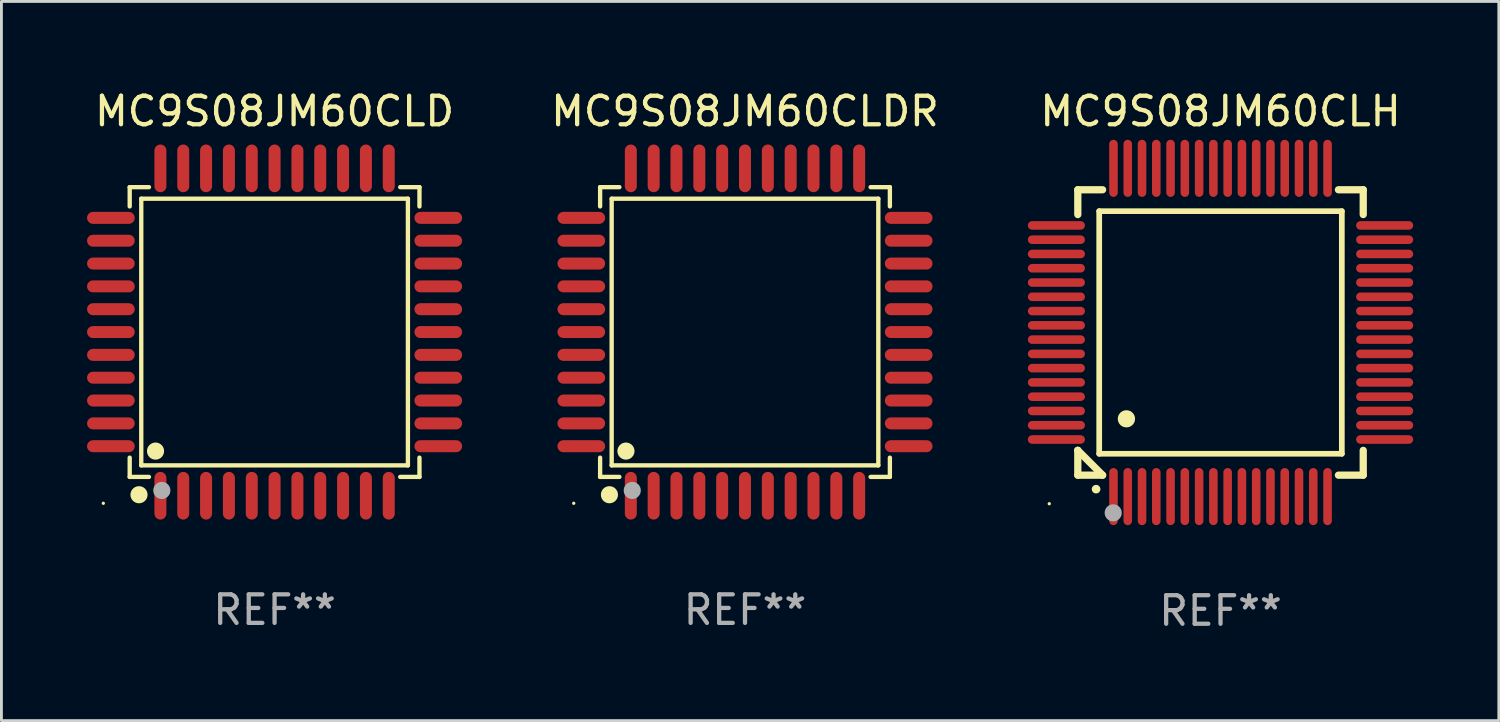
<source format=kicad_pcb>
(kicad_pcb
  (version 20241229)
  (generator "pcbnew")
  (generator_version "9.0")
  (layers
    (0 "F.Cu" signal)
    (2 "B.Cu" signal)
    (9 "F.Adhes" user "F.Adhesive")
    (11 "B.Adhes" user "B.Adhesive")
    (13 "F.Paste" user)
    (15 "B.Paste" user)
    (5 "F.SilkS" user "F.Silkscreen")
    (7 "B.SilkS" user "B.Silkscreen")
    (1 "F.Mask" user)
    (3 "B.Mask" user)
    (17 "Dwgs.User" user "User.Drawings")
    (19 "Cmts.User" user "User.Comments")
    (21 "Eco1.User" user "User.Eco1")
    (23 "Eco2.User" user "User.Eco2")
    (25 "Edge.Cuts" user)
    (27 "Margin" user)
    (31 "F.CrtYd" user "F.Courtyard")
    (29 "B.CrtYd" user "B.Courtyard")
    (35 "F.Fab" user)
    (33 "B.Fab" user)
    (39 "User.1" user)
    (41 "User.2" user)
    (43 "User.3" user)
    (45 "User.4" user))
  (footprint "MC9S08JM60CLD"
    (layer "F.Cu")
    (at 6.57 8.583)
    (property "Reference" "MC9S08JM60CLD" (at 0 -7.735 0) (layer "F.SilkS") (effects (font (size 1 1) (thickness 0.15))))
    (attr through_hole)
    (fp_line (start -5.076 -5.076) (end -4.401 -5.076) (stroke (width 0.152) (type solid)) (layer "F.SilkS"))
    (fp_line (start -5.076 -4.401) (end -5.076 -5.076) (stroke (width 0.152) (type solid)) (layer "F.SilkS"))
    (fp_line (start -5.076 4.401) (end -5.076 5.076) (stroke (width 0.152) (type solid)) (layer "F.SilkS"))
    (fp_line (start -5.076 5.076) (end -4.401 5.076) (stroke (width 0.152) (type solid)) (layer "F.SilkS"))
    (fp_line (start -4.671 -4.671) (end 4.671 -4.671) (stroke (width 0.152) (type solid)) (layer "F.SilkS"))
    (fp_line (start -4.671 4.671) (end -4.671 -4.671) (stroke (width 0.152) (type solid)) (layer "F.SilkS"))
    (fp_line (start 4.671 -4.671) (end 4.671 4.671) (stroke (width 0.152) (type solid)) (layer "F.SilkS"))
    (fp_line (start 4.671 4.671) (end -4.671 4.671) (stroke (width 0.152) (type solid)) (layer "F.SilkS"))
    (fp_line (start 5.076 -5.076) (end 4.401 -5.076) (stroke (width 0.152) (type solid)) (layer "F.SilkS"))
    (fp_line (start 5.076 -4.401) (end 5.076 -5.076) (stroke (width 0.152) (type solid)) (layer "F.SilkS"))
    (fp_line (start 5.076 4.401) (end 5.076 5.076) (stroke (width 0.152) (type solid)) (layer "F.SilkS"))
    (fp_line (start 5.076 5.076) (end 4.401 5.076) (stroke (width 0.152) (type solid)) (layer "F.SilkS"))
    (fp_circle (center -6 6) (end -5.97 6) (stroke (width 0.06) (type solid)) (fill no) (layer "F.SilkS"))
    (fp_circle (center -4.75 5.7) (end -4.6 5.7) (stroke (width 0.3) (type solid)) (fill no) (layer "F.SilkS"))
    (fp_circle (center -4.171 4.171) (end -4.021 4.171) (stroke (width 0.3) (type solid)) (fill no) (layer "F.SilkS"))
    (fp_circle (center -3.95 5.55) (end -3.8 5.55) (stroke (width 0.3) (type solid)) (fill no) (layer "F.Fab"))
    (fp_text user "REF**" (at 0 9.735 0) (layer "F.Fab") (effects (font (size 1 1) (thickness 0.15))))
    (pad "1" smd oval (at -4 5.735) (size 0.42 1.67) (layers "F.Cu" "F.Mask" "F.Paste"))
    (pad "2" smd oval (at -3.2 5.735) (size 0.42 1.67) (layers "F.Cu" "F.Mask" "F.Paste"))
    (pad "3" smd oval (at -2.4 5.735) (size 0.42 1.67) (layers "F.Cu" "F.Mask" "F.Paste"))
    (pad "4" smd oval (at -1.6 5.735) (size 0.42 1.67) (layers "F.Cu" "F.Mask" "F.Paste"))
    (pad "5" smd oval (at -0.8 5.735) (size 0.42 1.67) (layers "F.Cu" "F.Mask" "F.Paste"))
    (pad "6" smd oval (at 0 5.735) (size 0.42 1.67) (layers "F.Cu" "F.Mask" "F.Paste"))
    (pad "7" smd oval (at 0.8 5.735) (size 0.42 1.67) (layers "F.Cu" "F.Mask" "F.Paste"))
    (pad "8" smd oval (at 1.6 5.735) (size 0.42 1.67) (layers "F.Cu" "F.Mask" "F.Paste"))
    (pad "9" smd oval (at 2.4 5.735) (size 0.42 1.67) (layers "F.Cu" "F.Mask" "F.Paste"))
    (pad "10" smd oval (at 3.2 5.735) (size 0.42 1.67) (layers "F.Cu" "F.Mask" "F.Paste"))
    (pad "11" smd oval (at 4 5.735) (size 0.42 1.67) (layers "F.Cu" "F.Mask" "F.Paste"))
    (pad "12" smd oval (at 5.735 4) (size 1.67 0.42) (layers "F.Cu" "F.Mask" "F.Paste"))
    (pad "13" smd oval (at 5.735 3.2) (size 1.67 0.42) (layers "F.Cu" "F.Mask" "F.Paste"))
    (pad "14" smd oval (at 5.735 2.4) (size 1.67 0.42) (layers "F.Cu" "F.Mask" "F.Paste"))
    (pad "15" smd oval (at 5.735 1.6) (size 1.67 0.42) (layers "F.Cu" "F.Mask" "F.Paste"))
    (pad "16" smd oval (at 5.735 0.8) (size 1.67 0.42) (layers "F.Cu" "F.Mask" "F.Paste"))
    (pad "17" smd oval (at 5.735 0) (size 1.67 0.42) (layers "F.Cu" "F.Mask" "F.Paste"))
    (pad "18" smd oval (at 5.735 -0.8) (size 1.67 0.42) (layers "F.Cu" "F.Mask" "F.Paste"))
    (pad "19" smd oval (at 5.735 -1.6) (size 1.67 0.42) (layers "F.Cu" "F.Mask" "F.Paste"))
    (pad "20" smd oval (at 5.735 -2.4) (size 1.67 0.42) (layers "F.Cu" "F.Mask" "F.Paste"))
    (pad "21" smd oval (at 5.735 -3.2) (size 1.67 0.42) (layers "F.Cu" "F.Mask" "F.Paste"))
    (pad "22" smd oval (at 5.735 -4) (size 1.67 0.42) (layers "F.Cu" "F.Mask" "F.Paste"))
    (pad "23" smd oval (at 4 -5.735) (size 0.42 1.67) (layers "F.Cu" "F.Mask" "F.Paste"))
    (pad "24" smd oval (at 3.2 -5.735) (size 0.42 1.67) (layers "F.Cu" "F.Mask" "F.Paste"))
    (pad "25" smd oval (at 2.4 -5.735) (size 0.42 1.67) (layers "F.Cu" "F.Mask" "F.Paste"))
    (pad "26" smd oval (at 1.6 -5.735) (size 0.42 1.67) (layers "F.Cu" "F.Mask" "F.Paste"))
    (pad "27" smd oval (at 0.8 -5.735) (size 0.42 1.67) (layers "F.Cu" "F.Mask" "F.Paste"))
    (pad "28" smd oval (at 0 -5.735) (size 0.42 1.67) (layers "F.Cu" "F.Mask" "F.Paste"))
    (pad "29" smd oval (at -0.8 -5.735) (size 0.42 1.67) (layers "F.Cu" "F.Mask" "F.Paste"))
    (pad "30" smd oval (at -1.6 -5.735) (size 0.42 1.67) (layers "F.Cu" "F.Mask" "F.Paste"))
    (pad "31" smd oval (at -2.4 -5.735) (size 0.42 1.67) (layers "F.Cu" "F.Mask" "F.Paste"))
    (pad "32" smd oval (at -3.2 -5.735) (size 0.42 1.67) (layers "F.Cu" "F.Mask" "F.Paste"))
    (pad "33" smd oval (at -4 -5.735) (size 0.42 1.67) (layers "F.Cu" "F.Mask" "F.Paste"))
    (pad "34" smd oval (at -5.735 -4) (size 1.67 0.42) (layers "F.Cu" "F.Mask" "F.Paste"))
    (pad "35" smd oval (at -5.735 -3.2) (size 1.67 0.42) (layers "F.Cu" "F.Mask" "F.Paste"))
    (pad "36" smd oval (at -5.735 -2.4) (size 1.67 0.42) (layers "F.Cu" "F.Mask" "F.Paste"))
    (pad "37" smd oval (at -5.735 -1.6) (size 1.67 0.42) (layers "F.Cu" "F.Mask" "F.Paste"))
    (pad "38" smd oval (at -5.735 -0.8) (size 1.67 0.42) (layers "F.Cu" "F.Mask" "F.Paste"))
    (pad "39" smd oval (at -5.735 0) (size 1.67 0.42) (layers "F.Cu" "F.Mask" "F.Paste"))
    (pad "40" smd oval (at -5.735 0.8) (size 1.67 0.42) (layers "F.Cu" "F.Mask" "F.Paste"))
    (pad "41" smd oval (at -5.735 1.6) (size 1.67 0.42) (layers "F.Cu" "F.Mask" "F.Paste"))
    (pad "42" smd oval (at -5.735 2.4) (size 1.67 0.42) (layers "F.Cu" "F.Mask" "F.Paste"))
    (pad "43" smd oval (at -5.735 3.2) (size 1.67 0.42) (layers "F.Cu" "F.Mask" "F.Paste"))
    (pad "44" smd oval (at -5.735 4) (size 1.67 0.42) (layers "F.Cu" "F.Mask" "F.Paste")))
  (footprint "MC9S08JM60CLDR"
    (layer "F.Cu")
    (at 23.051 8.583)
    (property "Reference" "MC9S08JM60CLDR" (at 0 -7.735 0) (layer "F.SilkS") (effects (font (size 1 1) (thickness 0.15))))
    (attr through_hole)
    (fp_line (start -5.076 -5.076) (end -4.401 -5.076) (stroke (width 0.152) (type solid)) (layer "F.SilkS"))
    (fp_line (start -5.076 -4.401) (end -5.076 -5.076) (stroke (width 0.152) (type solid)) (layer "F.SilkS"))
    (fp_line (start -5.076 4.401) (end -5.076 5.076) (stroke (width 0.152) (type solid)) (layer "F.SilkS"))
    (fp_line (start -5.076 5.076) (end -4.401 5.076) (stroke (width 0.152) (type solid)) (layer "F.SilkS"))
    (fp_line (start -4.671 -4.671) (end 4.671 -4.671) (stroke (width 0.152) (type solid)) (layer "F.SilkS"))
    (fp_line (start -4.671 4.671) (end -4.671 -4.671) (stroke (width 0.152) (type solid)) (layer "F.SilkS"))
    (fp_line (start 4.671 -4.671) (end 4.671 4.671) (stroke (width 0.152) (type solid)) (layer "F.SilkS"))
    (fp_line (start 4.671 4.671) (end -4.671 4.671) (stroke (width 0.152) (type solid)) (layer "F.SilkS"))
    (fp_line (start 5.076 -5.076) (end 4.401 -5.076) (stroke (width 0.152) (type solid)) (layer "F.SilkS"))
    (fp_line (start 5.076 -4.401) (end 5.076 -5.076) (stroke (width 0.152) (type solid)) (layer "F.SilkS"))
    (fp_line (start 5.076 4.401) (end 5.076 5.076) (stroke (width 0.152) (type solid)) (layer "F.SilkS"))
    (fp_line (start 5.076 5.076) (end 4.401 5.076) (stroke (width 0.152) (type solid)) (layer "F.SilkS"))
    (fp_circle (center -6 6) (end -5.97 6) (stroke (width 0.06) (type solid)) (fill no) (layer "F.SilkS"))
    (fp_circle (center -4.75 5.7) (end -4.6 5.7) (stroke (width 0.3) (type solid)) (fill no) (layer "F.SilkS"))
    (fp_circle (center -4.171 4.171) (end -4.021 4.171) (stroke (width 0.3) (type solid)) (fill no) (layer "F.SilkS"))
    (fp_circle (center -3.95 5.55) (end -3.8 5.55) (stroke (width 0.3) (type solid)) (fill no) (layer "F.Fab"))
    (fp_text user "REF**" (at 0 9.735 0) (layer "F.Fab") (effects (font (size 1 1) (thickness 0.15))))
    (pad "1" smd oval (at -4 5.735) (size 0.42 1.67) (layers "F.Cu" "F.Mask" "F.Paste"))
    (pad "2" smd oval (at -3.2 5.735) (size 0.42 1.67) (layers "F.Cu" "F.Mask" "F.Paste"))
    (pad "3" smd oval (at -2.4 5.735) (size 0.42 1.67) (layers "F.Cu" "F.Mask" "F.Paste"))
    (pad "4" smd oval (at -1.6 5.735) (size 0.42 1.67) (layers "F.Cu" "F.Mask" "F.Paste"))
    (pad "5" smd oval (at -0.8 5.735) (size 0.42 1.67) (layers "F.Cu" "F.Mask" "F.Paste"))
    (pad "6" smd oval (at 0 5.735) (size 0.42 1.67) (layers "F.Cu" "F.Mask" "F.Paste"))
    (pad "7" smd oval (at 0.8 5.735) (size 0.42 1.67) (layers "F.Cu" "F.Mask" "F.Paste"))
    (pad "8" smd oval (at 1.6 5.735) (size 0.42 1.67) (layers "F.Cu" "F.Mask" "F.Paste"))
    (pad "9" smd oval (at 2.4 5.735) (size 0.42 1.67) (layers "F.Cu" "F.Mask" "F.Paste"))
    (pad "10" smd oval (at 3.2 5.735) (size 0.42 1.67) (layers "F.Cu" "F.Mask" "F.Paste"))
    (pad "11" smd oval (at 4 5.735) (size 0.42 1.67) (layers "F.Cu" "F.Mask" "F.Paste"))
    (pad "12" smd oval (at 5.735 4) (size 1.67 0.42) (layers "F.Cu" "F.Mask" "F.Paste"))
    (pad "13" smd oval (at 5.735 3.2) (size 1.67 0.42) (layers "F.Cu" "F.Mask" "F.Paste"))
    (pad "14" smd oval (at 5.735 2.4) (size 1.67 0.42) (layers "F.Cu" "F.Mask" "F.Paste"))
    (pad "15" smd oval (at 5.735 1.6) (size 1.67 0.42) (layers "F.Cu" "F.Mask" "F.Paste"))
    (pad "16" smd oval (at 5.735 0.8) (size 1.67 0.42) (layers "F.Cu" "F.Mask" "F.Paste"))
    (pad "17" smd oval (at 5.735 0) (size 1.67 0.42) (layers "F.Cu" "F.Mask" "F.Paste"))
    (pad "18" smd oval (at 5.735 -0.8) (size 1.67 0.42) (layers "F.Cu" "F.Mask" "F.Paste"))
    (pad "19" smd oval (at 5.735 -1.6) (size 1.67 0.42) (layers "F.Cu" "F.Mask" "F.Paste"))
    (pad "20" smd oval (at 5.735 -2.4) (size 1.67 0.42) (layers "F.Cu" "F.Mask" "F.Paste"))
    (pad "21" smd oval (at 5.735 -3.2) (size 1.67 0.42) (layers "F.Cu" "F.Mask" "F.Paste"))
    (pad "22" smd oval (at 5.735 -4) (size 1.67 0.42) (layers "F.Cu" "F.Mask" "F.Paste"))
    (pad "23" smd oval (at 4 -5.735) (size 0.42 1.67) (layers "F.Cu" "F.Mask" "F.Paste"))
    (pad "24" smd oval (at 3.2 -5.735) (size 0.42 1.67) (layers "F.Cu" "F.Mask" "F.Paste"))
    (pad "25" smd oval (at 2.4 -5.735) (size 0.42 1.67) (layers "F.Cu" "F.Mask" "F.Paste"))
    (pad "26" smd oval (at 1.6 -5.735) (size 0.42 1.67) (layers "F.Cu" "F.Mask" "F.Paste"))
    (pad "27" smd oval (at 0.8 -5.735) (size 0.42 1.67) (layers "F.Cu" "F.Mask" "F.Paste"))
    (pad "28" smd oval (at 0 -5.735) (size 0.42 1.67) (layers "F.Cu" "F.Mask" "F.Paste"))
    (pad "29" smd oval (at -0.8 -5.735) (size 0.42 1.67) (layers "F.Cu" "F.Mask" "F.Paste"))
    (pad "30" smd oval (at -1.6 -5.735) (size 0.42 1.67) (layers "F.Cu" "F.Mask" "F.Paste"))
    (pad "31" smd oval (at -2.4 -5.735) (size 0.42 1.67) (layers "F.Cu" "F.Mask" "F.Paste"))
    (pad "32" smd oval (at -3.2 -5.735) (size 0.42 1.67) (layers "F.Cu" "F.Mask" "F.Paste"))
    (pad "33" smd oval (at -4 -5.735) (size 0.42 1.67) (layers "F.Cu" "F.Mask" "F.Paste"))
    (pad "34" smd oval (at -5.735 -4) (size 1.67 0.42) (layers "F.Cu" "F.Mask" "F.Paste"))
    (pad "35" smd oval (at -5.735 -3.2) (size 1.67 0.42) (layers "F.Cu" "F.Mask" "F.Paste"))
    (pad "36" smd oval (at -5.735 -2.4) (size 1.67 0.42) (layers "F.Cu" "F.Mask" "F.Paste"))
    (pad "37" smd oval (at -5.735 -1.6) (size 1.67 0.42) (layers "F.Cu" "F.Mask" "F.Paste"))
    (pad "38" smd oval (at -5.735 -0.8) (size 1.67 0.42) (layers "F.Cu" "F.Mask" "F.Paste"))
    (pad "39" smd oval (at -5.735 0) (size 1.67 0.42) (layers "F.Cu" "F.Mask" "F.Paste"))
    (pad "40" smd oval (at -5.735 0.8) (size 1.67 0.42) (layers "F.Cu" "F.Mask" "F.Paste"))
    (pad "41" smd oval (at -5.735 1.6) (size 1.67 0.42) (layers "F.Cu" "F.Mask" "F.Paste"))
    (pad "42" smd oval (at -5.735 2.4) (size 1.67 0.42) (layers "F.Cu" "F.Mask" "F.Paste"))
    (pad "43" smd oval (at -5.735 3.2) (size 1.67 0.42) (layers "F.Cu" "F.Mask" "F.Paste"))
    (pad "44" smd oval (at -5.735 4) (size 1.67 0.42) (layers "F.Cu" "F.Mask" "F.Paste")))
  (footprint "MC9S08JM60CLH"
    (layer "F.Cu")
    (at 39.711 8.598)
    (property "Reference" "MC9S08JM60CLH" (at 0 -7.75 0) (layer "F.SilkS") (effects (font (size 1 1) (thickness 0.15))))
    (attr through_hole)
    (fp_line (start -5 -5) (end -4.131 -5) (stroke (width 0.254) (type solid)) (layer "F.SilkS"))
    (fp_line (start -5 -4.131) (end -5 -5) (stroke (width 0.254) (type solid)) (layer "F.SilkS"))
    (fp_line (start -5 4.131) (end -5 4.131) (stroke (width 0.254) (type solid)) (layer "F.SilkS"))
    (fp_line (start -5 5) (end -5 4.131) (stroke (width 0.254) (type solid)) (layer "F.SilkS"))
    (fp_line (start -5 4.131) (end -4.131 5) (stroke (width 0.254) (type solid)) (layer "F.SilkS"))
    (fp_line (start -4.25 -4.25) (end -4.25 4.25) (stroke (width 0.2) (type solid)) (layer "F.SilkS"))
    (fp_line (start -4.25 4.25) (end 4.25 4.25) (stroke (width 0.2) (type solid)) (layer "F.SilkS"))
    (fp_line (start -4.131 5) (end -5 5) (stroke (width 0.254) (type solid)) (layer "F.SilkS"))
    (fp_line (start 4.25 -4.25) (end -4.25 -4.25) (stroke (width 0.2) (type solid)) (layer "F.SilkS"))
    (fp_line (start 4.25 4.25) (end 4.25 -4.25) (stroke (width 0.2) (type solid)) (layer "F.SilkS"))
    (fp_line (start 5 -5) (end 4.131 -5) (stroke (width 0.254) (type solid)) (layer "F.SilkS"))
    (fp_line (start 5 -5) (end 5 -4.131) (stroke (width 0.254) (type solid)) (layer "F.SilkS"))
    (fp_line (start 5 4.131) (end 5 5) (stroke (width 0.254) (type solid)) (layer "F.SilkS"))
    (fp_line (start 5 5) (end 4.131 5) (stroke (width 0.254) (type solid)) (layer "F.SilkS"))
    (fp_arc (start -4.361265 5.489992) (mid -4.359995 5.489987) (end -4.358725 5.489992) (stroke (width 0.3) (type solid)) (layer "F.SilkS"))
    (fp_arc (start -3.299467 3.025146) (mid -3.296927 3.025135) (end -3.294387 3.025146) (stroke (width 0.6) (type solid)) (layer "F.SilkS"))
    (fp_circle (center -6 6) (end -5.97 6) (stroke (width 0.06) (type solid)) (fill no) (layer "F.SilkS"))
    (fp_circle (center -3.76 6.32) (end -3.61 6.32) (stroke (width 0.3) (type solid)) (fill no) (layer "F.Fab"))
    (fp_text user "REF**" (at 0 9.75 0) (layer "F.Fab") (effects (font (size 1 1) (thickness 0.15))))
    (pad "1" smd oval (at -3.75 5.75) (size 0.3 2) (layers "F.Cu" "F.Mask" "F.Paste"))
    (pad "2" smd oval (at -3.25 5.75) (size 0.3 2) (layers "F.Cu" "F.Mask" "F.Paste"))
    (pad "3" smd oval (at -2.75 5.75) (size 0.3 2) (layers "F.Cu" "F.Mask" "F.Paste"))
    (pad "4" smd oval (at -2.25 5.75) (size 0.3 2) (layers "F.Cu" "F.Mask" "F.Paste"))
    (pad "5" smd oval (at -1.75 5.75) (size 0.3 2) (layers "F.Cu" "F.Mask" "F.Paste"))
    (pad "6" smd oval (at -1.25 5.75) (size 0.3 2) (layers "F.Cu" "F.Mask" "F.Paste"))
    (pad "7" smd oval (at -0.75 5.75) (size 0.3 2) (layers "F.Cu" "F.Mask" "F.Paste"))
    (pad "8" smd oval (at -0.25 5.75) (size 0.3 2) (layers "F.Cu" "F.Mask" "F.Paste"))
    (pad "9" smd oval (at 0.25 5.75) (size 0.3 2) (layers "F.Cu" "F.Mask" "F.Paste"))
    (pad "10" smd oval (at 0.75 5.75) (size 0.3 2) (layers "F.Cu" "F.Mask" "F.Paste"))
    (pad "11" smd oval (at 1.25 5.75) (size 0.3 2) (layers "F.Cu" "F.Mask" "F.Paste"))
    (pad "12" smd oval (at 1.75 5.75) (size 0.3 2) (layers "F.Cu" "F.Mask" "F.Paste"))
    (pad "13" smd oval (at 2.25 5.75) (size 0.3 2) (layers "F.Cu" "F.Mask" "F.Paste"))
    (pad "14" smd oval (at 2.75 5.75) (size 0.3 2) (layers "F.Cu" "F.Mask" "F.Paste"))
    (pad "15" smd oval (at 3.25 5.75) (size 0.3 2) (layers "F.Cu" "F.Mask" "F.Paste"))
    (pad "16" smd oval (at 3.75 5.75) (size 0.3 2) (layers "F.Cu" "F.Mask" "F.Paste"))
    (pad "17" smd oval (at 5.75 3.75) (size 2 0.3) (layers "F.Cu" "F.Mask" "F.Paste"))
    (pad "18" smd oval (at 5.75 3.25) (size 2 0.3) (layers "F.Cu" "F.Mask" "F.Paste"))
    (pad "19" smd oval (at 5.75 2.75) (size 2 0.3) (layers "F.Cu" "F.Mask" "F.Paste"))
    (pad "20" smd oval (at 5.75 2.25) (size 2 0.3) (layers "F.Cu" "F.Mask" "F.Paste"))
    (pad "21" smd oval (at 5.75 1.75) (size 2 0.3) (layers "F.Cu" "F.Mask" "F.Paste"))
    (pad "22" smd oval (at 5.75 1.25) (size 2 0.3) (layers "F.Cu" "F.Mask" "F.Paste"))
    (pad "23" smd oval (at 5.75 0.75) (size 2 0.3) (layers "F.Cu" "F.Mask" "F.Paste"))
    (pad "24" smd oval (at 5.75 0.25) (size 2 0.3) (layers "F.Cu" "F.Mask" "F.Paste"))
    (pad "25" smd oval (at 5.75 -0.25) (size 2 0.3) (layers "F.Cu" "F.Mask" "F.Paste"))
    (pad "26" smd oval (at 5.75 -0.75) (size 2 0.3) (layers "F.Cu" "F.Mask" "F.Paste"))
    (pad "27" smd oval (at 5.75 -1.25) (size 2 0.3) (layers "F.Cu" "F.Mask" "F.Paste"))
    (pad "28" smd oval (at 5.75 -1.75) (size 2 0.3) (layers "F.Cu" "F.Mask" "F.Paste"))
    (pad "29" smd oval (at 5.75 -2.25) (size 2 0.3) (layers "F.Cu" "F.Mask" "F.Paste"))
    (pad "30" smd oval (at 5.75 -2.75) (size 2 0.3) (layers "F.Cu" "F.Mask" "F.Paste"))
    (pad "31" smd oval (at 5.75 -3.25) (size 2 0.3) (layers "F.Cu" "F.Mask" "F.Paste"))
    (pad "32" smd oval (at 5.75 -3.75) (size 2 0.3) (layers "F.Cu" "F.Mask" "F.Paste"))
    (pad "33" smd oval (at 3.75 -5.75) (size 0.3 2) (layers "F.Cu" "F.Mask" "F.Paste"))
    (pad "34" smd oval (at 3.25 -5.75) (size 0.3 2) (layers "F.Cu" "F.Mask" "F.Paste"))
    (pad "35" smd oval (at 2.75 -5.75) (size 0.3 2) (layers "F.Cu" "F.Mask" "F.Paste"))
    (pad "36" smd oval (at 2.25 -5.75) (size 0.3 2) (layers "F.Cu" "F.Mask" "F.Paste"))
    (pad "37" smd oval (at 1.75 -5.75) (size 0.3 2) (layers "F.Cu" "F.Mask" "F.Paste"))
    (pad "38" smd oval (at 1.25 -5.75) (size 0.3 2) (layers "F.Cu" "F.Mask" "F.Paste"))
    (pad "39" smd oval (at 0.75 -5.75) (size 0.3 2) (layers "F.Cu" "F.Mask" "F.Paste"))
    (pad "40" smd oval (at 0.25 -5.75) (size 0.3 2) (layers "F.Cu" "F.Mask" "F.Paste"))
    (pad "41" smd oval (at -0.25 -5.75) (size 0.3 2) (layers "F.Cu" "F.Mask" "F.Paste"))
    (pad "42" smd oval (at -0.75 -5.75) (size 0.3 2) (layers "F.Cu" "F.Mask" "F.Paste"))
    (pad "43" smd oval (at -1.25 -5.75) (size 0.3 2) (layers "F.Cu" "F.Mask" "F.Paste"))
    (pad "44" smd oval (at -1.75 -5.75) (size 0.3 2) (layers "F.Cu" "F.Mask" "F.Paste"))
    (pad "45" smd oval (at -2.25 -5.75) (size 0.3 2) (layers "F.Cu" "F.Mask" "F.Paste"))
    (pad "46" smd oval (at -2.75 -5.75) (size 0.3 2) (layers "F.Cu" "F.Mask" "F.Paste"))
    (pad "47" smd oval (at -3.25 -5.75) (size 0.3 2) (layers "F.Cu" "F.Mask" "F.Paste"))
    (pad "48" smd oval (at -3.75 -5.75) (size 0.3 2) (layers "F.Cu" "F.Mask" "F.Paste"))
    (pad "49" smd oval (at -5.75 -3.75) (size 2 0.3) (layers "F.Cu" "F.Mask" "F.Paste"))
    (pad "50" smd oval (at -5.75 -3.25) (size 2 0.3) (layers "F.Cu" "F.Mask" "F.Paste"))
    (pad "51" smd oval (at -5.75 -2.75) (size 2 0.3) (layers "F.Cu" "F.Mask" "F.Paste"))
    (pad "52" smd oval (at -5.75 -2.25) (size 2 0.3) (layers "F.Cu" "F.Mask" "F.Paste"))
    (pad "53" smd oval (at -5.75 -1.75) (size 2 0.3) (layers "F.Cu" "F.Mask" "F.Paste"))
    (pad "54" smd oval (at -5.75 -1.25) (size 2 0.3) (layers "F.Cu" "F.Mask" "F.Paste"))
    (pad "55" smd oval (at -5.75 -0.75) (size 2 0.3) (layers "F.Cu" "F.Mask" "F.Paste"))
    (pad "56" smd oval (at -5.75 -0.25) (size 2 0.3) (layers "F.Cu" "F.Mask" "F.Paste"))
    (pad "57" smd oval (at -5.75 0.25) (size 2 0.3) (layers "F.Cu" "F.Mask" "F.Paste"))
    (pad "58" smd oval (at -5.75 0.75) (size 2 0.3) (layers "F.Cu" "F.Mask" "F.Paste"))
    (pad "59" smd oval (at -5.75 1.25) (size 2 0.3) (layers "F.Cu" "F.Mask" "F.Paste"))
    (pad "60" smd oval (at -5.75 1.75) (size 2 0.3) (layers "F.Cu" "F.Mask" "F.Paste"))
    (pad "61" smd oval (at -5.75 2.25) (size 2 0.3) (layers "F.Cu" "F.Mask" "F.Paste"))
    (pad "62" smd oval (at -5.75 2.75) (size 2 0.3) (layers "F.Cu" "F.Mask" "F.Paste"))
    (pad "63" smd oval (at -5.75 3.25) (size 2 0.3) (layers "F.Cu" "F.Mask" "F.Paste"))
    (pad "64" smd oval (at -5.75 3.75) (size 2 0.3) (layers "F.Cu" "F.Mask" "F.Paste")))
  (gr_rect
    (start -3 -3)
    (end 49.461 22.196)
    (stroke (width 0.1) (type default))
    (fill no)
    (layer "Edge.Cuts")))
</source>
